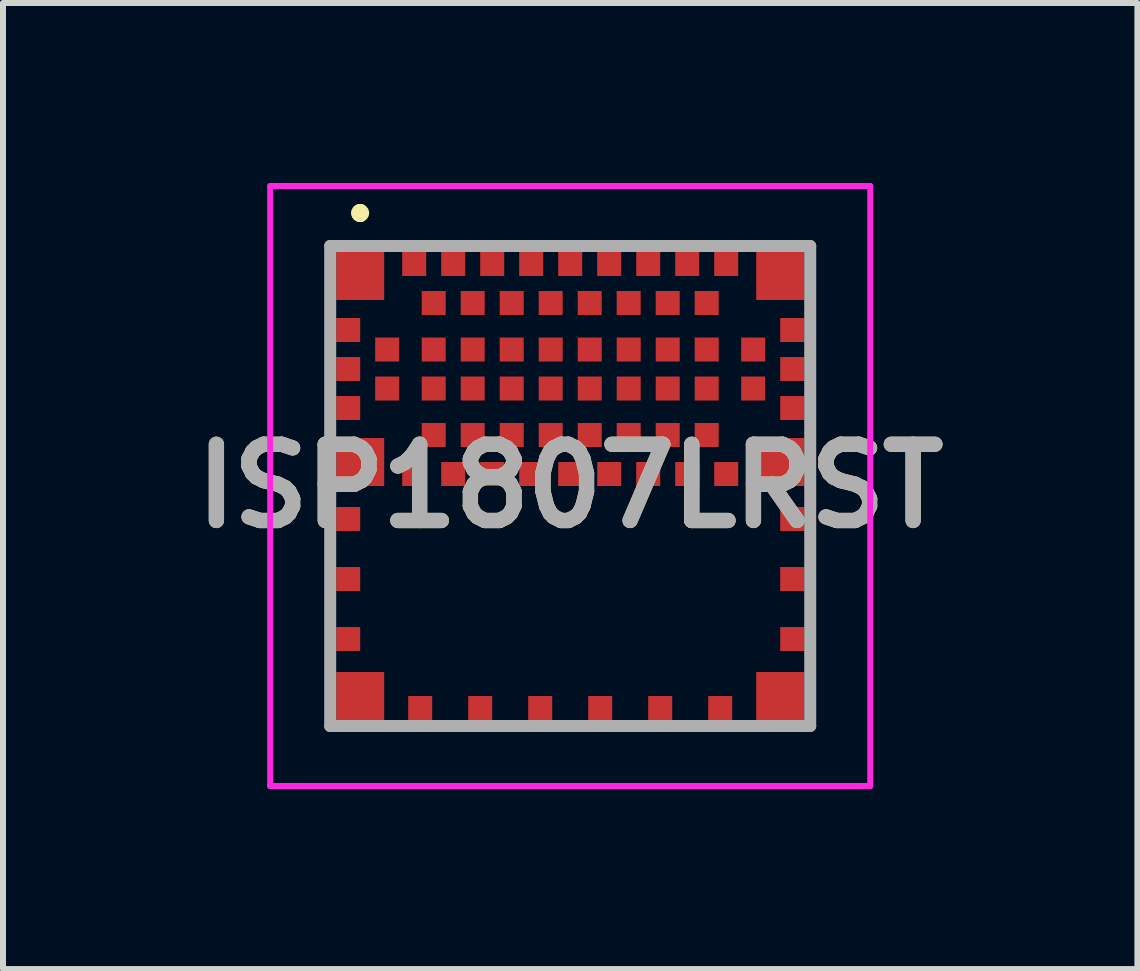
<source format=kicad_pcb>
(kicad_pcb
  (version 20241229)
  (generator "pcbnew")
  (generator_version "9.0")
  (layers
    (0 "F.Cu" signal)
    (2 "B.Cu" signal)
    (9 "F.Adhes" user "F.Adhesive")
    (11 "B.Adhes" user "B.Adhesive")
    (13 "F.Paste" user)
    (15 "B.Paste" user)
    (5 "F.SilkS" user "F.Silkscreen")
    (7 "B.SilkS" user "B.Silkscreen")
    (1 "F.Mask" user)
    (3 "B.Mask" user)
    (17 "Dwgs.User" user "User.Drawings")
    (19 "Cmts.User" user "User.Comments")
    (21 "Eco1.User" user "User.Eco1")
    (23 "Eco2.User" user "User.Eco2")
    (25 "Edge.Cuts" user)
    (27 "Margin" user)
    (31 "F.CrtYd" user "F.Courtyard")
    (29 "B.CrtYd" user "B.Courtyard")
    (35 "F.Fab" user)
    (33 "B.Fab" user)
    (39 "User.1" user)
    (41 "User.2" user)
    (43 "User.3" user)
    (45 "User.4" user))
  (footprint "ISP1807LRST"
    (layer "F.Cu")
    (at 2.953 1.55)
    (property "Reference" "ISP1807LRST" (at 3.5 3.5 0) (layer "F.SilkS") (effects (font (size 1.27 1.27) (thickness 0.254))))
    (attr smd)
    (fp_line (start 0 -1.1) (end 0 -1.1) (stroke (width 0.2) (type solid)) (layer "F.SilkS"))
    (fp_line (start 0 -1.1) (end 0 -1.1) (stroke (width 0.2) (type solid)) (layer "F.SilkS"))
    (fp_line (start 0 -1) (end 0 -1) (stroke (width 0.2) (type solid)) (layer "F.SilkS"))
    (fp_arc (start 0 -1.1) (mid 0.05 -1.05) (end 0 -1) (stroke (width 0.2) (type solid)) (layer "F.SilkS"))
    (fp_arc (start 0 -1) (mid -0.05 -1.05) (end 0 -1.1) (stroke (width 0.2) (type solid)) (layer "F.SilkS"))
    (fp_arc (start 0 -1) (mid -0.05 -1.05) (end 0 -1.1) (stroke (width 0.2) (type solid)) (layer "F.SilkS"))
    (fp_line (start -1.5 -1.5) (end 8.5 -1.5) (stroke (width 0.1) (type solid)) (layer "F.CrtYd"))
    (fp_line (start -1.5 8.5) (end -1.5 -1.5) (stroke (width 0.1) (type solid)) (layer "F.CrtYd"))
    (fp_line (start 8.5 -1.5) (end 8.5 8.5) (stroke (width 0.1) (type solid)) (layer "F.CrtYd"))
    (fp_line (start 8.5 8.5) (end -1.5 8.5) (stroke (width 0.1) (type solid)) (layer "F.CrtYd"))
    (fp_line (start -0.5 -0.5) (end 7.5 -0.5) (stroke (width 0.2) (type solid)) (layer "F.Fab"))
    (fp_line (start -0.5 7.5) (end -0.5 -0.5) (stroke (width 0.2) (type solid)) (layer "F.Fab"))
    (fp_line (start 7.5 -0.5) (end 7.5 7.5) (stroke (width 0.2) (type solid)) (layer "F.Fab"))
    (fp_line (start 7.5 7.5) (end -0.5 7.5) (stroke (width 0.2) (type solid)) (layer "F.Fab"))
    (fp_text user "${REFERENCE}" (at 3.5 3.5 0) (layer "F.Fab") (effects (font (size 1.27 1.27) (thickness 0.254))))
    (pad "1" smd rect (at 0 0 90) (size 0.8 0.8) (layers "F.Cu" "F.Mask" "F.Paste"))
    (pad "2" smd rect (at -0.2 0.9 90) (size 0.4 0.4) (layers "F.Cu" "F.Mask" "F.Paste"))
    (pad "3" smd rect (at 0.45 1.225 90) (size 0.4 0.4) (layers "F.Cu" "F.Mask" "F.Paste"))
    (pad "4" smd rect (at -0.2 1.55 90) (size 0.4 0.4) (layers "F.Cu" "F.Mask" "F.Paste"))
    (pad "5" smd rect (at 0.45 1.875 90) (size 0.4 0.4) (layers "F.Cu" "F.Mask" "F.Paste"))
    (pad "6" smd rect (at -0.2 2.2 90) (size 0.4 0.4) (layers "F.Cu" "F.Mask" "F.Paste"))
    (pad "7" smd rect (at 0 3.1 90) (size 0.8 0.8) (layers "F.Cu" "F.Mask" "F.Paste"))
    (pad "8" smd rect (at 0.9 3.3 90) (size 0.4 0.4) (layers "F.Cu" "F.Mask" "F.Paste"))
    (pad "9" smd rect (at 1.225 2.65 90) (size 0.4 0.4) (layers "F.Cu" "F.Mask" "F.Paste"))
    (pad "10" smd rect (at 1.55 3.3 90) (size 0.4 0.4) (layers "F.Cu" "F.Mask" "F.Paste"))
    (pad "11" smd rect (at 1.875 2.65 90) (size 0.4 0.4) (layers "F.Cu" "F.Mask" "F.Paste"))
    (pad "12" smd rect (at 2.2 3.3 90) (size 0.4 0.4) (layers "F.Cu" "F.Mask" "F.Paste"))
    (pad "13" smd rect (at 2.525 2.65 90) (size 0.4 0.4) (layers "F.Cu" "F.Mask" "F.Paste"))
    (pad "14" smd rect (at 2.85 3.3 90) (size 0.4 0.4) (layers "F.Cu" "F.Mask" "F.Paste"))
    (pad "15" smd rect (at 3.175 2.65 90) (size 0.4 0.4) (layers "F.Cu" "F.Mask" "F.Paste"))
    (pad "16" smd rect (at 3.5 3.3 90) (size 0.4 0.4) (layers "F.Cu" "F.Mask" "F.Paste"))
    (pad "17" smd rect (at 3.825 2.65 90) (size 0.4 0.4) (layers "F.Cu" "F.Mask" "F.Paste"))
    (pad "18" smd rect (at 4.15 3.3 90) (size 0.4 0.4) (layers "F.Cu" "F.Mask" "F.Paste"))
    (pad "19" smd rect (at 4.475 2.65 90) (size 0.4 0.4) (layers "F.Cu" "F.Mask" "F.Paste"))
    (pad "20" smd rect (at 4.8 3.3 90) (size 0.4 0.4) (layers "F.Cu" "F.Mask" "F.Paste"))
    (pad "21" smd rect (at 5.125 2.65 90) (size 0.4 0.4) (layers "F.Cu" "F.Mask" "F.Paste"))
    (pad "22" smd rect (at 5.45 3.3 90) (size 0.4 0.4) (layers "F.Cu" "F.Mask" "F.Paste"))
    (pad "23" smd rect (at 5.775 2.65 90) (size 0.4 0.4) (layers "F.Cu" "F.Mask" "F.Paste"))
    (pad "24" smd rect (at 6.1 3.3 90) (size 0.4 0.4) (layers "F.Cu" "F.Mask" "F.Paste"))
    (pad "25" smd rect (at 7 3.1 90) (size 0.8 0.8) (layers "F.Cu" "F.Mask" "F.Paste"))
    (pad "26" smd rect (at 7.2 2.2 90) (size 0.4 0.4) (layers "F.Cu" "F.Mask" "F.Paste"))
    (pad "27" smd rect (at 6.55 1.875 90) (size 0.4 0.4) (layers "F.Cu" "F.Mask" "F.Paste"))
    (pad "28" smd rect (at 7.2 1.55 90) (size 0.4 0.4) (layers "F.Cu" "F.Mask" "F.Paste"))
    (pad "29" smd rect (at 6.55 1.225 90) (size 0.4 0.4) (layers "F.Cu" "F.Mask" "F.Paste"))
    (pad "30" smd rect (at 7.2 0.9 90) (size 0.4 0.4) (layers "F.Cu" "F.Mask" "F.Paste"))
    (pad "31" smd rect (at 7 0 90) (size 0.8 0.8) (layers "F.Cu" "F.Mask" "F.Paste"))
    (pad "32" smd rect (at 6.1 -0.2 90) (size 0.4 0.4) (layers "F.Cu" "F.Mask" "F.Paste"))
    (pad "33" smd rect (at 5.775 0.45 90) (size 0.4 0.4) (layers "F.Cu" "F.Mask" "F.Paste"))
    (pad "34" smd rect (at 5.45 -0.2 90) (size 0.4 0.4) (layers "F.Cu" "F.Mask" "F.Paste"))
    (pad "35" smd rect (at 5.125 0.45 90) (size 0.4 0.4) (layers "F.Cu" "F.Mask" "F.Paste"))
    (pad "36" smd rect (at 4.8 -0.2 90) (size 0.4 0.4) (layers "F.Cu" "F.Mask" "F.Paste"))
    (pad "37" smd rect (at 4.475 0.45 90) (size 0.4 0.4) (layers "F.Cu" "F.Mask" "F.Paste"))
    (pad "38" smd rect (at 4.15 -0.2 90) (size 0.4 0.4) (layers "F.Cu" "F.Mask" "F.Paste"))
    (pad "39" smd rect (at 3.825 0.45 90) (size 0.4 0.4) (layers "F.Cu" "F.Mask" "F.Paste"))
    (pad "40" smd rect (at 3.5 -0.2 90) (size 0.4 0.4) (layers "F.Cu" "F.Mask" "F.Paste"))
    (pad "41" smd rect (at 3.175 0.45 90) (size 0.4 0.4) (layers "F.Cu" "F.Mask" "F.Paste"))
    (pad "42" smd rect (at 2.85 -0.2 90) (size 0.4 0.4) (layers "F.Cu" "F.Mask" "F.Paste"))
    (pad "43" smd rect (at 2.525 0.45 90) (size 0.4 0.4) (layers "F.Cu" "F.Mask" "F.Paste"))
    (pad "44" smd rect (at 2.2 -0.2 90) (size 0.4 0.4) (layers "F.Cu" "F.Mask" "F.Paste"))
    (pad "45" smd rect (at 1.875 0.45 90) (size 0.4 0.4) (layers "F.Cu" "F.Mask" "F.Paste"))
    (pad "46" smd rect (at 1.55 -0.2 90) (size 0.4 0.4) (layers "F.Cu" "F.Mask" "F.Paste"))
    (pad "47" smd rect (at 1.225 0.45 90) (size 0.4 0.4) (layers "F.Cu" "F.Mask" "F.Paste"))
    (pad "48" smd rect (at 0.9 -0.2 90) (size 0.4 0.4) (layers "F.Cu" "F.Mask" "F.Paste"))
    (pad "49" smd rect (at 5.775 1.225 90) (size 0.4 0.4) (layers "F.Cu" "F.Mask" "F.Paste"))
    (pad "50" smd rect (at 5.125 1.225 90) (size 0.4 0.4) (layers "F.Cu" "F.Mask" "F.Paste"))
    (pad "51" smd rect (at 4.475 1.225 90) (size 0.4 0.4) (layers "F.Cu" "F.Mask" "F.Paste"))
    (pad "52" smd rect (at 3.825 1.225 90) (size 0.4 0.4) (layers "F.Cu" "F.Mask" "F.Paste"))
    (pad "53" smd rect (at 3.175 1.225 90) (size 0.4 0.4) (layers "F.Cu" "F.Mask" "F.Paste"))
    (pad "54" smd rect (at 2.525 1.225 90) (size 0.4 0.4) (layers "F.Cu" "F.Mask" "F.Paste"))
    (pad "55" smd rect (at 1.875 1.225 90) (size 0.4 0.4) (layers "F.Cu" "F.Mask" "F.Paste"))
    (pad "56" smd rect (at 1.225 1.225 90) (size 0.4 0.4) (layers "F.Cu" "F.Mask" "F.Paste"))
    (pad "57" smd rect (at 5.775 1.875 90) (size 0.4 0.4) (layers "F.Cu" "F.Mask" "F.Paste"))
    (pad "58" smd rect (at 5.125 1.875 90) (size 0.4 0.4) (layers "F.Cu" "F.Mask" "F.Paste"))
    (pad "59" smd rect (at 4.475 1.875 90) (size 0.4 0.4) (layers "F.Cu" "F.Mask" "F.Paste"))
    (pad "60" smd rect (at 3.825 1.875 90) (size 0.4 0.4) (layers "F.Cu" "F.Mask" "F.Paste"))
    (pad "61" smd rect (at 3.175 1.875 90) (size 0.4 0.4) (layers "F.Cu" "F.Mask" "F.Paste"))
    (pad "62" smd rect (at 2.525 1.875 90) (size 0.4 0.4) (layers "F.Cu" "F.Mask" "F.Paste"))
    (pad "63" smd rect (at 1.875 1.875 90) (size 0.4 0.4) (layers "F.Cu" "F.Mask" "F.Paste"))
    (pad "64" smd rect (at 1.225 1.875 90) (size 0.4 0.4) (layers "F.Cu" "F.Mask" "F.Paste"))
    (pad "65" smd rect (at -0.2 4.05 90) (size 0.4 0.4) (layers "F.Cu" "F.Mask" "F.Paste"))
    (pad "66" smd rect (at -0.2 5.05 90) (size 0.4 0.4) (layers "F.Cu" "F.Mask" "F.Paste"))
    (pad "67" smd rect (at -0.2 6.05 90) (size 0.4 0.4) (layers "F.Cu" "F.Mask" "F.Paste"))
    (pad "68" smd rect (at 0 7 90) (size 0.8 0.8) (layers "F.Cu" "F.Mask" "F.Paste"))
    (pad "69" smd rect (at 1 7.2 90) (size 0.4 0.4) (layers "F.Cu" "F.Mask" "F.Paste"))
    (pad "70" smd rect (at 2 7.2 90) (size 0.4 0.4) (layers "F.Cu" "F.Mask" "F.Paste"))
    (pad "71" smd rect (at 3 7.2 90) (size 0.4 0.4) (layers "F.Cu" "F.Mask" "F.Paste"))
    (pad "72" smd rect (at 4 7.2 90) (size 0.4 0.4) (layers "F.Cu" "F.Mask" "F.Paste"))
    (pad "73" smd rect (at 5 7.2 90) (size 0.4 0.4) (layers "F.Cu" "F.Mask" "F.Paste"))
    (pad "74" smd rect (at 6 7.2 90) (size 0.4 0.4) (layers "F.Cu" "F.Mask" "F.Paste"))
    (pad "75" smd rect (at 7 7 90) (size 0.8 0.8) (layers "F.Cu" "F.Mask" "F.Paste"))
    (pad "76" smd rect (at 7.2 6.05 90) (size 0.4 0.4) (layers "F.Cu" "F.Mask" "F.Paste"))
    (pad "77" smd rect (at 7.2 5.05 90) (size 0.4 0.4) (layers "F.Cu" "F.Mask" "F.Paste"))
    (pad "78" smd rect (at 7.2 4.05 90) (size 0.4 0.4) (layers "F.Cu" "F.Mask" "F.Paste")))
  (gr_rect
    (start -3 -3)
    (end 15.906 13.1)
    (stroke (width 0.1) (type default))
    (fill no)
    (layer "Edge.Cuts")))
</source>
